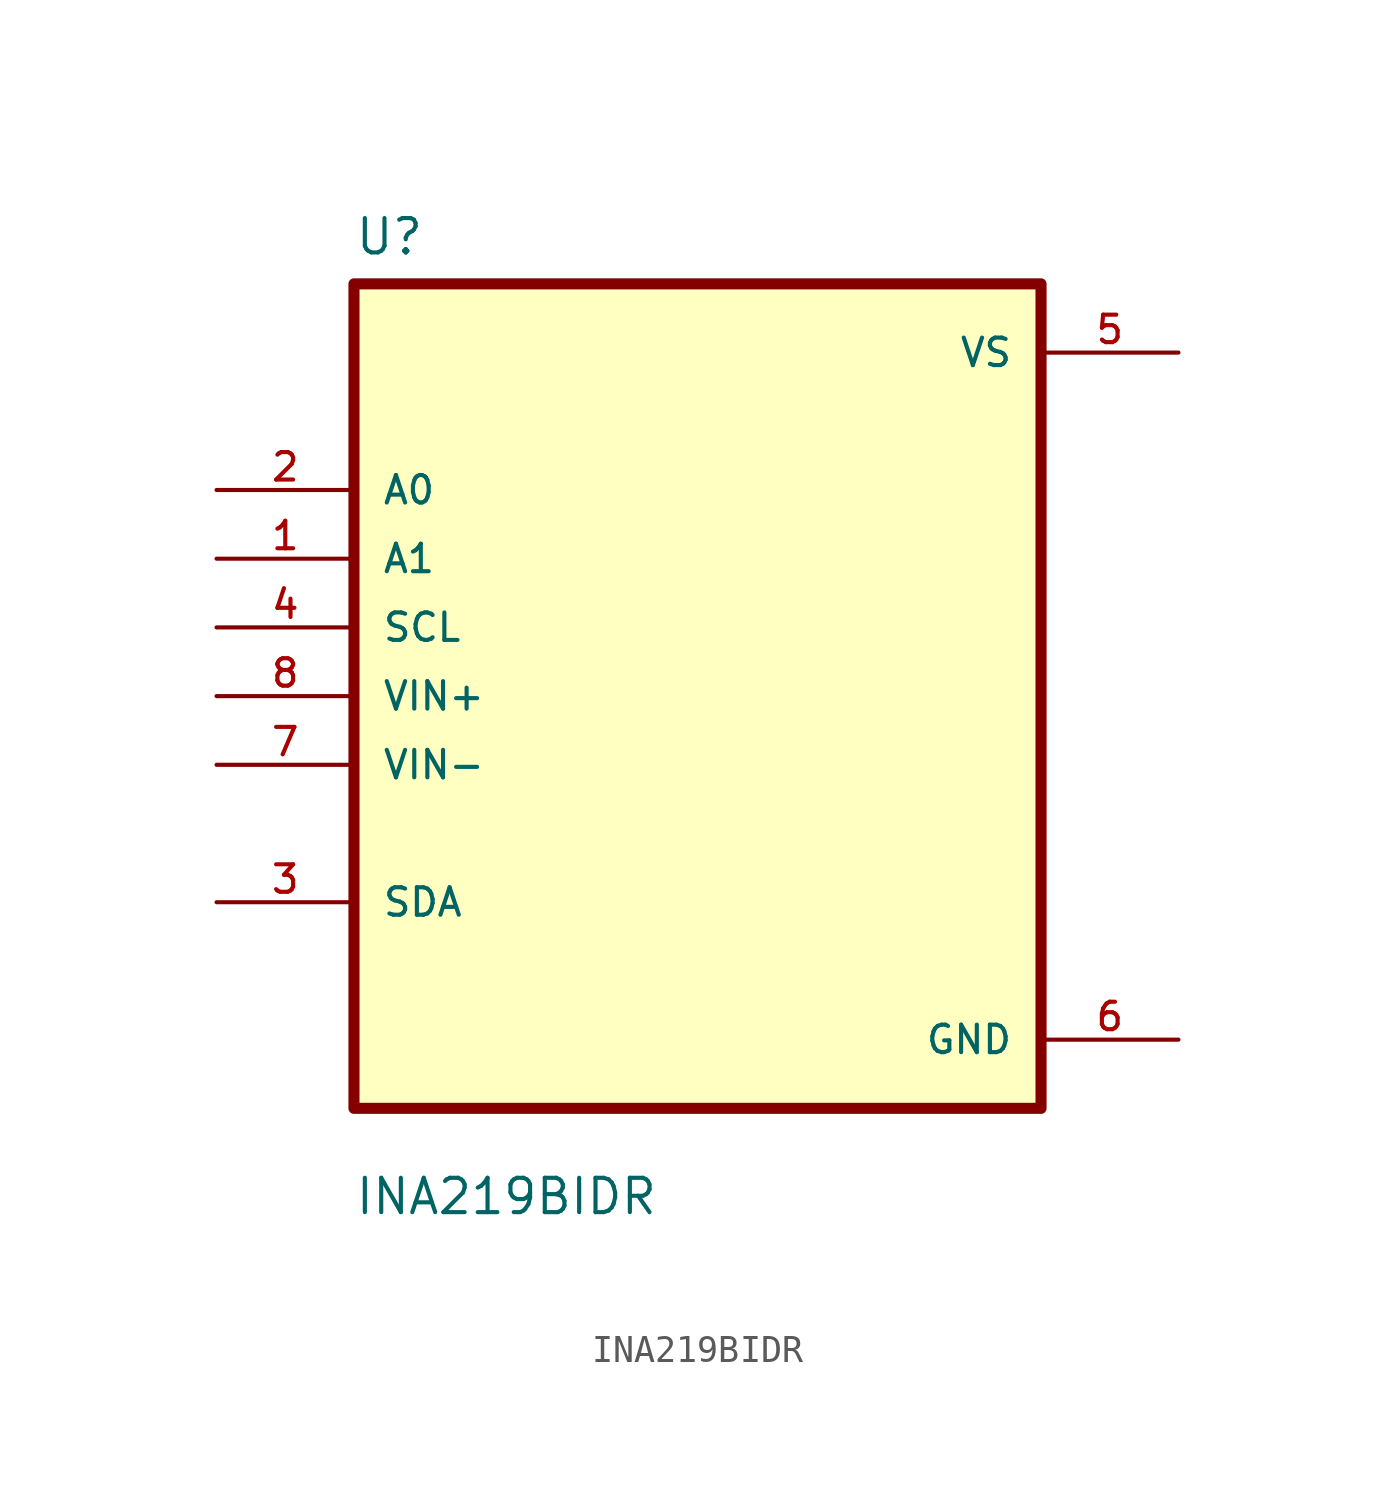
<source format=kicad_sym>
(kicad_symbol_lib
  (version 20211014)
  (generator kicad_symbol_editor)
  (symbol "INA219BIDR"
    (pin_names
      (offset 1.016))
    (property "Reference" "U"
      (at -12.7 16.24 0.0)
      (effects (font (size 1.27 1.27)) (justify bottom left)))
    (property "Value" "INA219BIDR"
      (at -12.7 -19.24 0.0)
      (effects (font (size 1.27 1.27)) (justify bottom left)))
    (symbol "INA219BIDR_0_0"
      (rectangle (start -12.7 -15.24) (end 12.7 15.24) (stroke (width 0.41)) (fill (type background)))
      (pin input line (at -17.78 7.62 0) (length 5.08) (name "A0" (effects (font (size 1.016 1.016)))) (number "2" (effects (font (size 1.016 1.016)))))
      (pin input line (at -17.78 5.08 0) (length 5.08) (name "A1" (effects (font (size 1.016 1.016)))) (number "1" (effects (font (size 1.016 1.016)))))
      (pin input line (at -17.78 2.54 0) (length 5.08) (name "SCL" (effects (font (size 1.016 1.016)))) (number "4" (effects (font (size 1.016 1.016)))))
      (pin input line (at -17.78 0.0 0) (length 5.08) (name "VIN+" (effects (font (size 1.016 1.016)))) (number "8" (effects (font (size 1.016 1.016)))))
      (pin input line (at -17.78 -2.54 0) (length 5.08) (name "VIN-" (effects (font (size 1.016 1.016)))) (number "7" (effects (font (size 1.016 1.016)))))
      (pin bidirectional line (at -17.78 -7.62 0) (length 5.08) (name "SDA" (effects (font (size 1.016 1.016)))) (number "3" (effects (font (size 1.016 1.016)))))
      (pin power_in line (at 17.78 12.7 180.0) (length 5.08) (name "VS" (effects (font (size 1.016 1.016)))) (number "5" (effects (font (size 1.016 1.016)))))
      (pin power_in line (at 17.78 -12.7 180.0) (length 5.08) (name "GND" (effects (font (size 1.016 1.016)))) (number "6" (effects (font (size 1.016 1.016))))))))
</source>
